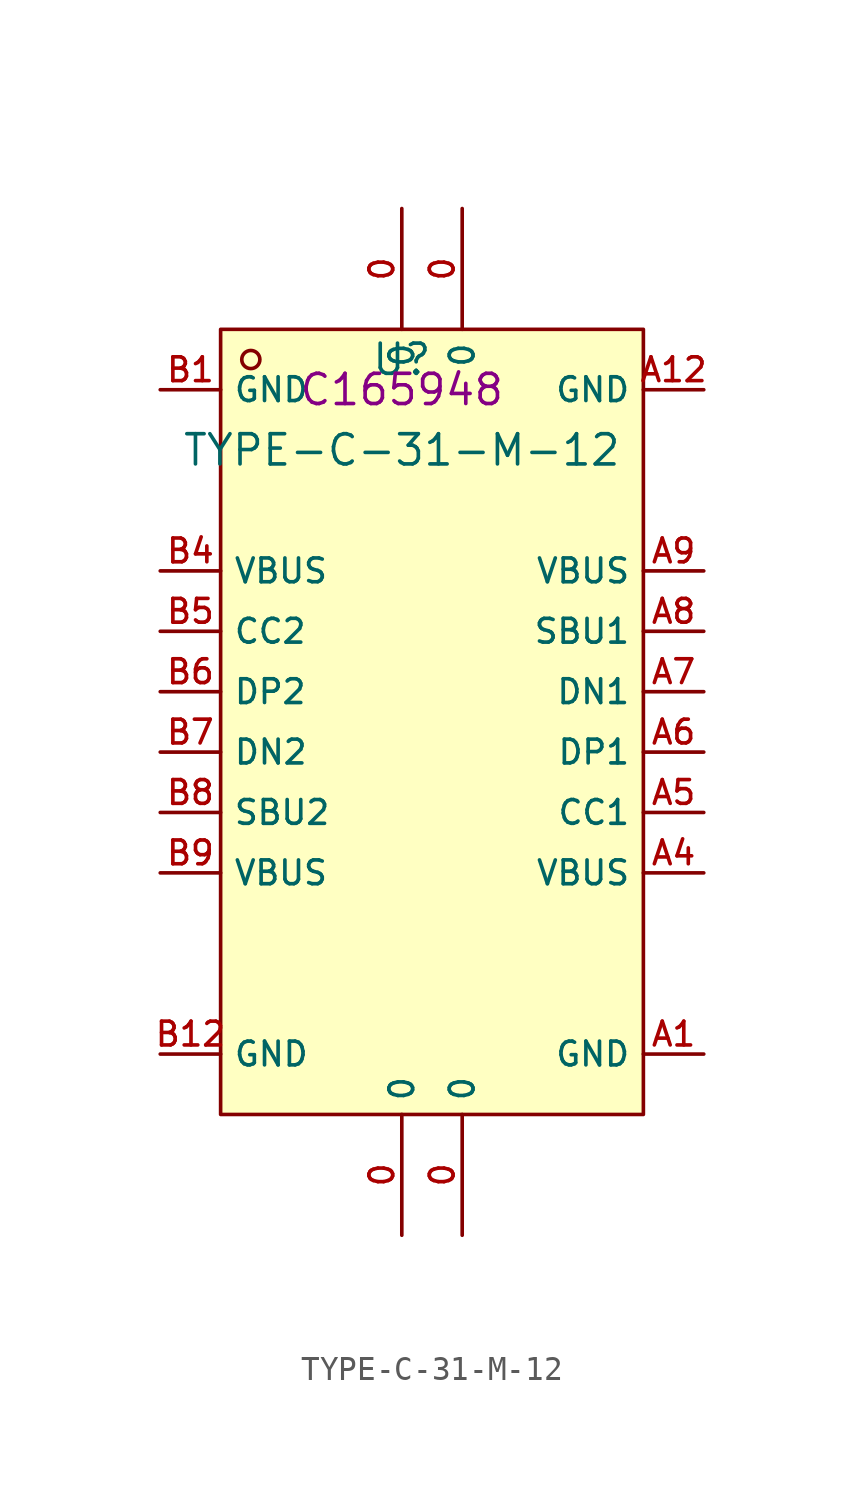
<source format=kicad_sym>
(kicad_symbol_lib
  (version 20210201)
  (generator TousstNicolas/JLC2KiCad_lib)
  (symbol "TYPE-C-31-M-12"
    (property "Reference" "U"
      (at 0 1.27 0)
      (effects (font (size 1.27 1.27))))
    (property "Value" "TYPE-C-31-M-12"
      (at 0 -2.54 0)
      (effects (font (size 1.27 1.27))))
    (property "LCSC" "C165948"
      (at 0 0 0)
      (effects (font (size 1.27 1.27))))
    (symbol "TYPE-C-31-M-12_0_0"
      (rectangle (start -7.62 2.54) (end 10.16 -30.48) (stroke (width 0) (type default) (color 0 0 0 0)) (fill (type background)))
      (circle (center -6.35 1.27) (radius 0.381) (stroke (width 0) (type default) (color 0 0 0 0)) (fill (type background)))
      (pin unspecified line (at -10.16 0.0 0) (length 2.54) (name "GND" (effects (font (size 1 1)))) (number "B1" (effects (font (size 1 1)))))
      (pin unspecified line (at -10.16 -7.62 0) (length 2.54) (name "VBUS" (effects (font (size 1 1)))) (number "B4" (effects (font (size 1 1)))))
      (pin unspecified line (at -10.16 -10.16 0) (length 2.54) (name "CC2" (effects (font (size 1 1)))) (number "B5" (effects (font (size 1 1)))))
      (pin unspecified line (at -10.16 -12.7 0) (length 2.54) (name "DP2" (effects (font (size 1 1)))) (number "B6" (effects (font (size 1 1)))))
      (pin unspecified line (at -10.16 -15.24 0) (length 2.54) (name "DN2" (effects (font (size 1 1)))) (number "B7" (effects (font (size 1 1)))))
      (pin unspecified line (at -10.16 -17.78 0) (length 2.54) (name "SBU2" (effects (font (size 1 1)))) (number "B8" (effects (font (size 1 1)))))
      (pin unspecified line (at -10.16 -20.32 0) (length 2.54) (name "VBUS" (effects (font (size 1 1)))) (number "B9" (effects (font (size 1 1)))))
      (pin unspecified line (at -10.16 -27.94 0) (length 2.54) (name "GND" (effects (font (size 1 1)))) (number "B12" (effects (font (size 1 1)))))
      (pin unspecified line (at 0.0 7.62 270) (length 5.08) (name "0" (effects (font (size 1 1)))) (number "0" (effects (font (size 1 1)))))
      (pin unspecified line (at 2.54 7.62 270) (length 5.08) (name "0" (effects (font (size 1 1)))) (number "0" (effects (font (size 1 1)))))
      (pin unspecified line (at 0.0 -35.56 90) (length 5.08) (name "0" (effects (font (size 1 1)))) (number "0" (effects (font (size 1 1)))))
      (pin unspecified line (at 2.54 -35.56 90) (length 5.08) (name "0" (effects (font (size 1 1)))) (number "0" (effects (font (size 1 1)))))
      (pin unspecified line (at 12.7 -27.94 180) (length 2.54) (name "GND" (effects (font (size 1 1)))) (number "A1" (effects (font (size 1 1)))))
      (pin unspecified line (at 12.7 -20.32 180) (length 2.54) (name "VBUS" (effects (font (size 1 1)))) (number "A4" (effects (font (size 1 1)))))
      (pin unspecified line (at 12.7 -17.78 180) (length 2.54) (name "CC1" (effects (font (size 1 1)))) (number "A5" (effects (font (size 1 1)))))
      (pin unspecified line (at 12.7 -15.24 180) (length 2.54) (name "DP1" (effects (font (size 1 1)))) (number "A6" (effects (font (size 1 1)))))
      (pin unspecified line (at 12.7 -12.7 180) (length 2.54) (name "DN1" (effects (font (size 1 1)))) (number "A7" (effects (font (size 1 1)))))
      (pin unspecified line (at 12.7 -10.16 180) (length 2.54) (name "SBU1" (effects (font (size 1 1)))) (number "A8" (effects (font (size 1 1)))))
      (pin unspecified line (at 12.7 -7.62 180) (length 2.54) (name "VBUS" (effects (font (size 1 1)))) (number "A9" (effects (font (size 1 1)))))
      (pin unspecified line (at 12.7 0.0 180) (length 2.54) (name "GND" (effects (font (size 1 1)))) (number "A12" (effects (font (size 1 1))))))))
</source>
